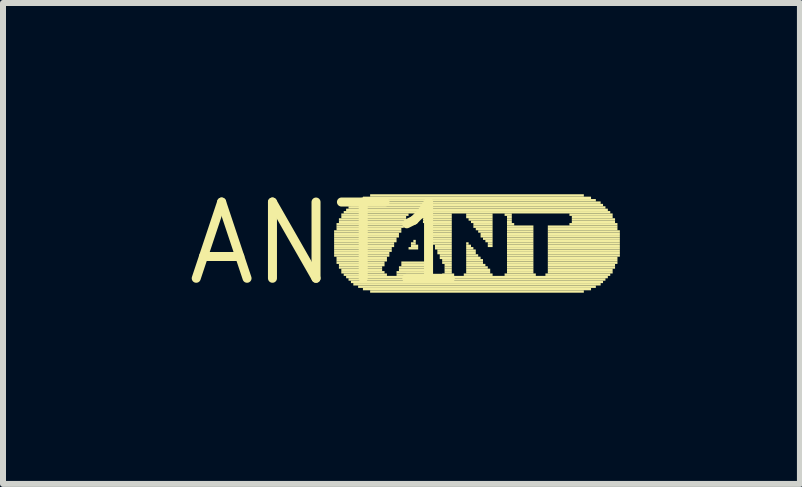
<source format=kicad_pcb>
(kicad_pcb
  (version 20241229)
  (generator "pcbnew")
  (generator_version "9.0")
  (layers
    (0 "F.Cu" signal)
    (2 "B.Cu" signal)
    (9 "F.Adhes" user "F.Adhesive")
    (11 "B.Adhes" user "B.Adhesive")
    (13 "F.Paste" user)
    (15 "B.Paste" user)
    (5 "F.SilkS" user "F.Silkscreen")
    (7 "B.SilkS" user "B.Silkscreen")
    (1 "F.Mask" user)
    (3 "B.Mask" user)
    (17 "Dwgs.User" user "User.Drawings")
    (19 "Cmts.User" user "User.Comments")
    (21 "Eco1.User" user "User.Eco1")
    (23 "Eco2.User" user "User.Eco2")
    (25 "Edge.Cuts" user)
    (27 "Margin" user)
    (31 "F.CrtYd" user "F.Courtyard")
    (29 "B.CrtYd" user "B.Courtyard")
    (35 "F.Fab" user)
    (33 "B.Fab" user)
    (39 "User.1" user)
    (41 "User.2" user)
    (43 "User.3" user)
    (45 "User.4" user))
  (footprint "ANT1"
    (layer "F.Cu")
    (at 2.396 1.006)
    (property "Reference" "ANT1" (at 0 0 0) (layer "F.SilkS") (effects (font (size 1.27 1.27) (thickness 0.15))))
    (fp_poly (pts (xy 0.12 -0.18) (xy 1.24 -0.18) (xy 1.24 -0.22) (xy 0.12 -0.22)) (stroke (width 0) (type solid)) (fill yes) (layer "F.SilkS"))
    (fp_poly (pts (xy 0.12 -0.14) (xy 1.2 -0.14) (xy 1.2 -0.18) (xy 0.12 -0.18)) (stroke (width 0) (type solid)) (fill yes) (layer "F.SilkS"))
    (fp_poly (pts (xy 0.12 -0.1) (xy 1.2 -0.1) (xy 1.2 -0.14) (xy 0.12 -0.14)) (stroke (width 0) (type solid)) (fill yes) (layer "F.SilkS"))
    (fp_poly (pts (xy 0.12 -0.06) (xy 1.16 -0.06) (xy 1.16 -0.1) (xy 0.12 -0.1)) (stroke (width 0) (type solid)) (fill yes) (layer "F.SilkS"))
    (fp_poly (pts (xy 0.12 -0.02) (xy 1.16 -0.02) (xy 1.16 -0.06) (xy 0.12 -0.06)) (stroke (width 0) (type solid)) (fill yes) (layer "F.SilkS"))
    (fp_poly (pts (xy 0.12 0.02) (xy 1.12 0.02) (xy 1.12 -0.02) (xy 0.12 -0.02)) (stroke (width 0) (type solid)) (fill yes) (layer "F.SilkS"))
    (fp_poly (pts (xy 0.12 0.06) (xy 1.12 0.06) (xy 1.12 0.02) (xy 0.12 0.02)) (stroke (width 0) (type solid)) (fill yes) (layer "F.SilkS"))
    (fp_poly (pts (xy 0.12 0.1) (xy 1.08 0.1) (xy 1.08 0.06) (xy 0.12 0.06)) (stroke (width 0) (type solid)) (fill yes) (layer "F.SilkS"))
    (fp_poly (pts (xy 0.12 0.14) (xy 1.08 0.14) (xy 1.08 0.1) (xy 0.12 0.1)) (stroke (width 0) (type solid)) (fill yes) (layer "F.SilkS"))
    (fp_poly (pts (xy 0.12 0.18) (xy 1.04 0.18) (xy 1.04 0.14) (xy 0.12 0.14)) (stroke (width 0) (type solid)) (fill yes) (layer "F.SilkS"))
    (fp_poly (pts (xy 0.12 0.22) (xy 1.04 0.22) (xy 1.04 0.18) (xy 0.12 0.18)) (stroke (width 0) (type solid)) (fill yes) (layer "F.SilkS"))
    (fp_poly (pts (xy 0.16 -0.3) (xy 1.28 -0.3) (xy 1.28 -0.34) (xy 0.16 -0.34)) (stroke (width 0) (type solid)) (fill yes) (layer "F.SilkS"))
    (fp_poly (pts (xy 0.16 -0.26) (xy 1.28 -0.26) (xy 1.28 -0.3) (xy 0.16 -0.3)) (stroke (width 0) (type solid)) (fill yes) (layer "F.SilkS"))
    (fp_poly (pts (xy 0.16 -0.22) (xy 1.24 -0.22) (xy 1.24 -0.26) (xy 0.16 -0.26)) (stroke (width 0) (type solid)) (fill yes) (layer "F.SilkS"))
    (fp_poly (pts (xy 0.16 0.26) (xy 1 0.26) (xy 1 0.22) (xy 0.16 0.22)) (stroke (width 0) (type solid)) (fill yes) (layer "F.SilkS"))
    (fp_poly (pts (xy 0.16 0.3) (xy 1 0.3) (xy 1 0.26) (xy 0.16 0.26)) (stroke (width 0) (type solid)) (fill yes) (layer "F.SilkS"))
    (fp_poly (pts (xy 0.16 0.34) (xy 0.96 0.34) (xy 0.96 0.3) (xy 0.16 0.3)) (stroke (width 0) (type solid)) (fill yes) (layer "F.SilkS"))
    (fp_poly (pts (xy 0.2 -0.38) (xy 1.32 -0.38) (xy 1.32 -0.42) (xy 0.2 -0.42)) (stroke (width 0) (type solid)) (fill yes) (layer "F.SilkS"))
    (fp_poly (pts (xy 0.2 -0.34) (xy 1.28 -0.34) (xy 1.28 -0.38) (xy 0.2 -0.38)) (stroke (width 0) (type solid)) (fill yes) (layer "F.SilkS"))
    (fp_poly (pts (xy 0.2 0.38) (xy 0.96 0.38) (xy 0.96 0.34) (xy 0.2 0.34)) (stroke (width 0) (type solid)) (fill yes) (layer "F.SilkS"))
    (fp_poly (pts (xy 0.2 0.42) (xy 0.92 0.42) (xy 0.92 0.38) (xy 0.2 0.38)) (stroke (width 0) (type solid)) (fill yes) (layer "F.SilkS"))
    (fp_poly (pts (xy 0.24 -0.46) (xy 1.36 -0.46) (xy 1.36 -0.5) (xy 0.24 -0.5)) (stroke (width 0) (type solid)) (fill yes) (layer "F.SilkS"))
    (fp_poly (pts (xy 0.24 -0.42) (xy 1.32 -0.42) (xy 1.32 -0.46) (xy 0.24 -0.46)) (stroke (width 0) (type solid)) (fill yes) (layer "F.SilkS"))
    (fp_poly (pts (xy 0.24 0.46) (xy 0.92 0.46) (xy 0.92 0.42) (xy 0.24 0.42)) (stroke (width 0) (type solid)) (fill yes) (layer "F.SilkS"))
    (fp_poly (pts (xy 0.24 0.5) (xy 0.96 0.5) (xy 0.96 0.46) (xy 0.24 0.46)) (stroke (width 0) (type solid)) (fill yes) (layer "F.SilkS"))
    (fp_poly (pts (xy 0.28 -0.5) (xy 4.72 -0.5) (xy 4.72 -0.54) (xy 0.28 -0.54)) (stroke (width 0) (type solid)) (fill yes) (layer "F.SilkS"))
    (fp_poly (pts (xy 0.28 0.54) (xy 1 0.54) (xy 1 0.5) (xy 0.28 0.5)) (stroke (width 0) (type solid)) (fill yes) (layer "F.SilkS"))
    (fp_poly (pts (xy 0.32 -0.54) (xy 4.68 -0.54) (xy 4.68 -0.58) (xy 0.32 -0.58)) (stroke (width 0) (type solid)) (fill yes) (layer "F.SilkS"))
    (fp_poly (pts (xy 0.32 0.58) (xy 4.68 0.58) (xy 4.68 0.54) (xy 0.32 0.54)) (stroke (width 0) (type solid)) (fill yes) (layer "F.SilkS"))
    (fp_poly (pts (xy 0.36 -0.58) (xy 4.64 -0.58) (xy 4.64 -0.62) (xy 0.36 -0.62)) (stroke (width 0) (type solid)) (fill yes) (layer "F.SilkS"))
    (fp_poly (pts (xy 0.36 0.62) (xy 4.64 0.62) (xy 4.64 0.58) (xy 0.36 0.58)) (stroke (width 0) (type solid)) (fill yes) (layer "F.SilkS"))
    (fp_poly (pts (xy 0.4 -0.62) (xy 4.6 -0.62) (xy 4.6 -0.66) (xy 0.4 -0.66)) (stroke (width 0) (type solid)) (fill yes) (layer "F.SilkS"))
    (fp_poly (pts (xy 0.4 0.66) (xy 4.6 0.66) (xy 4.6 0.62) (xy 0.4 0.62)) (stroke (width 0) (type solid)) (fill yes) (layer "F.SilkS"))
    (fp_poly (pts (xy 0.44 -0.66) (xy 4.56 -0.66) (xy 4.56 -0.7) (xy 0.44 -0.7)) (stroke (width 0) (type solid)) (fill yes) (layer "F.SilkS"))
    (fp_poly (pts (xy 0.44 0.7) (xy 4.56 0.7) (xy 4.56 0.66) (xy 0.44 0.66)) (stroke (width 0) (type solid)) (fill yes) (layer "F.SilkS"))
    (fp_poly (pts (xy 0.52 -0.7) (xy 4.48 -0.7) (xy 4.48 -0.74) (xy 0.52 -0.74)) (stroke (width 0) (type solid)) (fill yes) (layer "F.SilkS"))
    (fp_poly (pts (xy 0.52 0.74) (xy 4.48 0.74) (xy 4.48 0.7) (xy 0.52 0.7)) (stroke (width 0) (type solid)) (fill yes) (layer "F.SilkS"))
    (fp_poly (pts (xy 0.6 -0.74) (xy 4.4 -0.74) (xy 4.4 -0.78) (xy 0.6 -0.78)) (stroke (width 0) (type solid)) (fill yes) (layer "F.SilkS"))
    (fp_poly (pts (xy 0.6 0.78) (xy 4.4 0.78) (xy 4.4 0.74) (xy 0.6 0.74)) (stroke (width 0) (type solid)) (fill yes) (layer "F.SilkS"))
    (fp_poly (pts (xy 0.72 -0.78) (xy 4.28 -0.78) (xy 4.28 -0.82) (xy 0.72 -0.82)) (stroke (width 0) (type solid)) (fill yes) (layer "F.SilkS"))
    (fp_poly (pts (xy 0.72 0.82) (xy 4.28 0.82) (xy 4.28 0.78) (xy 0.72 0.78)) (stroke (width 0) (type solid)) (fill yes) (layer "F.SilkS"))
    (fp_poly (pts (xy 1.16 0.5) (xy 1.72 0.5) (xy 1.72 0.46) (xy 1.16 0.46)) (stroke (width 0) (type solid)) (fill yes) (layer "F.SilkS"))
    (fp_poly (pts (xy 1.16 0.54) (xy 1.76 0.54) (xy 1.76 0.5) (xy 1.16 0.5)) (stroke (width 0) (type solid)) (fill yes) (layer "F.SilkS"))
    (fp_poly (pts (xy 1.2 0.42) (xy 1.68 0.42) (xy 1.68 0.38) (xy 1.2 0.38)) (stroke (width 0) (type solid)) (fill yes) (layer "F.SilkS"))
    (fp_poly (pts (xy 1.2 0.46) (xy 1.72 0.46) (xy 1.72 0.42) (xy 1.2 0.42)) (stroke (width 0) (type solid)) (fill yes) (layer "F.SilkS"))
    (fp_poly (pts (xy 1.24 0.34) (xy 1.64 0.34) (xy 1.64 0.3) (xy 1.24 0.3)) (stroke (width 0) (type solid)) (fill yes) (layer "F.SilkS"))
    (fp_poly (pts (xy 1.24 0.38) (xy 1.68 0.38) (xy 1.68 0.34) (xy 1.24 0.34)) (stroke (width 0) (type solid)) (fill yes) (layer "F.SilkS"))
    (fp_poly (pts (xy 1.36 0.1) (xy 1.52 0.1) (xy 1.52 0.06) (xy 1.36 0.06)) (stroke (width 0) (type solid)) (fill yes) (layer "F.SilkS"))
    (fp_poly (pts (xy 1.4 0.02) (xy 1.48 0.02) (xy 1.48 -0.02) (xy 1.4 -0.02)) (stroke (width 0) (type solid)) (fill yes) (layer "F.SilkS"))
    (fp_poly (pts (xy 1.4 0.06) (xy 1.52 0.06) (xy 1.52 0.02) (xy 1.4 0.02)) (stroke (width 0) (type solid)) (fill yes) (layer "F.SilkS"))
    (fp_poly (pts (xy 1.44 -0.02) (xy 1.48 -0.02) (xy 1.48 -0.06) (xy 1.44 -0.06)) (stroke (width 0) (type solid)) (fill yes) (layer "F.SilkS"))
    (fp_poly (pts (xy 1.52 -0.46) (xy 2.08 -0.46) (xy 2.08 -0.5) (xy 1.52 -0.5)) (stroke (width 0) (type solid)) (fill yes) (layer "F.SilkS"))
    (fp_poly (pts (xy 1.56 -0.42) (xy 2.08 -0.42) (xy 2.08 -0.46) (xy 1.56 -0.46)) (stroke (width 0) (type solid)) (fill yes) (layer "F.SilkS"))
    (fp_poly (pts (xy 1.6 -0.38) (xy 2.08 -0.38) (xy 2.08 -0.42) (xy 1.6 -0.42)) (stroke (width 0) (type solid)) (fill yes) (layer "F.SilkS"))
    (fp_poly (pts (xy 1.6 -0.34) (xy 2.08 -0.34) (xy 2.08 -0.38) (xy 1.6 -0.38)) (stroke (width 0) (type solid)) (fill yes) (layer "F.SilkS"))
    (fp_poly (pts (xy 1.64 -0.3) (xy 2.08 -0.3) (xy 2.08 -0.34) (xy 1.64 -0.34)) (stroke (width 0) (type solid)) (fill yes) (layer "F.SilkS"))
    (fp_poly (pts (xy 1.64 -0.26) (xy 2.08 -0.26) (xy 2.08 -0.3) (xy 1.64 -0.3)) (stroke (width 0) (type solid)) (fill yes) (layer "F.SilkS"))
    (fp_poly (pts (xy 1.68 -0.22) (xy 2.08 -0.22) (xy 2.08 -0.26) (xy 1.68 -0.26)) (stroke (width 0) (type solid)) (fill yes) (layer "F.SilkS"))
    (fp_poly (pts (xy 1.68 -0.18) (xy 2.08 -0.18) (xy 2.08 -0.22) (xy 1.68 -0.22)) (stroke (width 0) (type solid)) (fill yes) (layer "F.SilkS"))
    (fp_poly (pts (xy 1.68 -0.14) (xy 2.08 -0.14) (xy 2.08 -0.18) (xy 1.68 -0.18)) (stroke (width 0) (type solid)) (fill yes) (layer "F.SilkS"))
    (fp_poly (pts (xy 1.72 -0.1) (xy 2.08 -0.1) (xy 2.08 -0.14) (xy 1.72 -0.14)) (stroke (width 0) (type solid)) (fill yes) (layer "F.SilkS"))
    (fp_poly (pts (xy 1.72 -0.06) (xy 2.08 -0.06) (xy 2.08 -0.1) (xy 1.72 -0.1)) (stroke (width 0) (type solid)) (fill yes) (layer "F.SilkS"))
    (fp_poly (pts (xy 1.76 -0.02) (xy 2.08 -0.02) (xy 2.08 -0.06) (xy 1.76 -0.06)) (stroke (width 0) (type solid)) (fill yes) (layer "F.SilkS"))
    (fp_poly (pts (xy 1.76 0.02) (xy 2.08 0.02) (xy 2.08 -0.02) (xy 1.76 -0.02)) (stroke (width 0) (type solid)) (fill yes) (layer "F.SilkS"))
    (fp_poly (pts (xy 1.8 0.06) (xy 2.08 0.06) (xy 2.08 0.02) (xy 1.8 0.02)) (stroke (width 0) (type solid)) (fill yes) (layer "F.SilkS"))
    (fp_poly (pts (xy 1.8 0.1) (xy 2.08 0.1) (xy 2.08 0.06) (xy 1.8 0.06)) (stroke (width 0) (type solid)) (fill yes) (layer "F.SilkS"))
    (fp_poly (pts (xy 1.84 0.14) (xy 2.08 0.14) (xy 2.08 0.1) (xy 1.84 0.1)) (stroke (width 0) (type solid)) (fill yes) (layer "F.SilkS"))
    (fp_poly (pts (xy 1.84 0.18) (xy 2.08 0.18) (xy 2.08 0.14) (xy 1.84 0.14)) (stroke (width 0) (type solid)) (fill yes) (layer "F.SilkS"))
    (fp_poly (pts (xy 1.88 0.22) (xy 2.08 0.22) (xy 2.08 0.18) (xy 1.88 0.18)) (stroke (width 0) (type solid)) (fill yes) (layer "F.SilkS"))
    (fp_poly (pts (xy 1.88 0.26) (xy 2.08 0.26) (xy 2.08 0.22) (xy 1.88 0.22)) (stroke (width 0) (type solid)) (fill yes) (layer "F.SilkS"))
    (fp_poly (pts (xy 1.92 0.3) (xy 2.08 0.3) (xy 2.08 0.26) (xy 1.92 0.26)) (stroke (width 0) (type solid)) (fill yes) (layer "F.SilkS"))
    (fp_poly (pts (xy 1.92 0.34) (xy 2.08 0.34) (xy 2.08 0.3) (xy 1.92 0.3)) (stroke (width 0) (type solid)) (fill yes) (layer "F.SilkS"))
    (fp_poly (pts (xy 1.92 0.54) (xy 2.12 0.54) (xy 2.12 0.5) (xy 1.92 0.5)) (stroke (width 0) (type solid)) (fill yes) (layer "F.SilkS"))
    (fp_poly (pts (xy 1.96 0.38) (xy 2.08 0.38) (xy 2.08 0.34) (xy 1.96 0.34)) (stroke (width 0) (type solid)) (fill yes) (layer "F.SilkS"))
    (fp_poly (pts (xy 1.96 0.42) (xy 2.08 0.42) (xy 2.08 0.38) (xy 1.96 0.38)) (stroke (width 0) (type solid)) (fill yes) (layer "F.SilkS"))
    (fp_poly (pts (xy 1.96 0.46) (xy 2.08 0.46) (xy 2.08 0.42) (xy 1.96 0.42)) (stroke (width 0) (type solid)) (fill yes) (layer "F.SilkS"))
    (fp_poly (pts (xy 1.96 0.5) (xy 2.08 0.5) (xy 2.08 0.46) (xy 1.96 0.46)) (stroke (width 0) (type solid)) (fill yes) (layer "F.SilkS"))
    (fp_poly (pts (xy 2.28 0.54) (xy 2.76 0.54) (xy 2.76 0.5) (xy 2.28 0.5)) (stroke (width 0) (type solid)) (fill yes) (layer "F.SilkS"))
    (fp_poly (pts (xy 2.32 -0.46) (xy 2.76 -0.46) (xy 2.76 -0.5) (xy 2.32 -0.5)) (stroke (width 0) (type solid)) (fill yes) (layer "F.SilkS"))
    (fp_poly (pts (xy 2.32 -0.42) (xy 2.76 -0.42) (xy 2.76 -0.46) (xy 2.32 -0.46)) (stroke (width 0) (type solid)) (fill yes) (layer "F.SilkS"))
    (fp_poly (pts (xy 2.32 0.02) (xy 2.36 0.02) (xy 2.36 -0.02) (xy 2.32 -0.02)) (stroke (width 0) (type solid)) (fill yes) (layer "F.SilkS"))
    (fp_poly (pts (xy 2.32 0.06) (xy 2.4 0.06) (xy 2.4 0.02) (xy 2.32 0.02)) (stroke (width 0) (type solid)) (fill yes) (layer "F.SilkS"))
    (fp_poly (pts (xy 2.32 0.1) (xy 2.44 0.1) (xy 2.44 0.06) (xy 2.32 0.06)) (stroke (width 0) (type solid)) (fill yes) (layer "F.SilkS"))
    (fp_poly (pts (xy 2.32 0.14) (xy 2.48 0.14) (xy 2.48 0.1) (xy 2.32 0.1)) (stroke (width 0) (type solid)) (fill yes) (layer "F.SilkS"))
    (fp_poly (pts (xy 2.32 0.18) (xy 2.48 0.18) (xy 2.48 0.14) (xy 2.32 0.14)) (stroke (width 0) (type solid)) (fill yes) (layer "F.SilkS"))
    (fp_poly (pts (xy 2.32 0.22) (xy 2.52 0.22) (xy 2.52 0.18) (xy 2.32 0.18)) (stroke (width 0) (type solid)) (fill yes) (layer "F.SilkS"))
    (fp_poly (pts (xy 2.32 0.26) (xy 2.56 0.26) (xy 2.56 0.22) (xy 2.32 0.22)) (stroke (width 0) (type solid)) (fill yes) (layer "F.SilkS"))
    (fp_poly (pts (xy 2.32 0.3) (xy 2.6 0.3) (xy 2.6 0.26) (xy 2.32 0.26)) (stroke (width 0) (type solid)) (fill yes) (layer "F.SilkS"))
    (fp_poly (pts (xy 2.32 0.34) (xy 2.6 0.34) (xy 2.6 0.3) (xy 2.32 0.3)) (stroke (width 0) (type solid)) (fill yes) (layer "F.SilkS"))
    (fp_poly (pts (xy 2.32 0.38) (xy 2.64 0.38) (xy 2.64 0.34) (xy 2.32 0.34)) (stroke (width 0) (type solid)) (fill yes) (layer "F.SilkS"))
    (fp_poly (pts (xy 2.32 0.42) (xy 2.68 0.42) (xy 2.68 0.38) (xy 2.32 0.38)) (stroke (width 0) (type solid)) (fill yes) (layer "F.SilkS"))
    (fp_poly (pts (xy 2.32 0.46) (xy 2.72 0.46) (xy 2.72 0.42) (xy 2.32 0.42)) (stroke (width 0) (type solid)) (fill yes) (layer "F.SilkS"))
    (fp_poly (pts (xy 2.32 0.5) (xy 2.72 0.5) (xy 2.72 0.46) (xy 2.32 0.46)) (stroke (width 0) (type solid)) (fill yes) (layer "F.SilkS"))
    (fp_poly (pts (xy 2.36 -0.38) (xy 2.76 -0.38) (xy 2.76 -0.42) (xy 2.36 -0.42)) (stroke (width 0) (type solid)) (fill yes) (layer "F.SilkS"))
    (fp_poly (pts (xy 2.4 -0.34) (xy 2.76 -0.34) (xy 2.76 -0.38) (xy 2.4 -0.38)) (stroke (width 0) (type solid)) (fill yes) (layer "F.SilkS"))
    (fp_poly (pts (xy 2.44 -0.3) (xy 2.76 -0.3) (xy 2.76 -0.34) (xy 2.44 -0.34)) (stroke (width 0) (type solid)) (fill yes) (layer "F.SilkS"))
    (fp_poly (pts (xy 2.44 -0.26) (xy 2.76 -0.26) (xy 2.76 -0.3) (xy 2.44 -0.3)) (stroke (width 0) (type solid)) (fill yes) (layer "F.SilkS"))
    (fp_poly (pts (xy 2.48 -0.22) (xy 2.76 -0.22) (xy 2.76 -0.26) (xy 2.48 -0.26)) (stroke (width 0) (type solid)) (fill yes) (layer "F.SilkS"))
    (fp_poly (pts (xy 2.52 -0.18) (xy 2.76 -0.18) (xy 2.76 -0.22) (xy 2.52 -0.22)) (stroke (width 0) (type solid)) (fill yes) (layer "F.SilkS"))
    (fp_poly (pts (xy 2.56 -0.14) (xy 2.76 -0.14) (xy 2.76 -0.18) (xy 2.56 -0.18)) (stroke (width 0) (type solid)) (fill yes) (layer "F.SilkS"))
    (fp_poly (pts (xy 2.56 -0.1) (xy 2.76 -0.1) (xy 2.76 -0.14) (xy 2.56 -0.14)) (stroke (width 0) (type solid)) (fill yes) (layer "F.SilkS"))
    (fp_poly (pts (xy 2.6 -0.06) (xy 2.76 -0.06) (xy 2.76 -0.1) (xy 2.6 -0.1)) (stroke (width 0) (type solid)) (fill yes) (layer "F.SilkS"))
    (fp_poly (pts (xy 2.64 -0.02) (xy 2.76 -0.02) (xy 2.76 -0.06) (xy 2.64 -0.06)) (stroke (width 0) (type solid)) (fill yes) (layer "F.SilkS"))
    (fp_poly (pts (xy 2.68 0.02) (xy 2.76 0.02) (xy 2.76 -0.02) (xy 2.68 -0.02)) (stroke (width 0) (type solid)) (fill yes) (layer "F.SilkS"))
    (fp_poly (pts (xy 2.68 0.06) (xy 2.76 0.06) (xy 2.76 0.02) (xy 2.68 0.02)) (stroke (width 0) (type solid)) (fill yes) (layer "F.SilkS"))
    (fp_poly (pts (xy 2.96 -0.46) (xy 3.08 -0.46) (xy 3.08 -0.5) (xy 2.96 -0.5)) (stroke (width 0) (type solid)) (fill yes) (layer "F.SilkS"))
    (fp_poly (pts (xy 2.96 0.54) (xy 3.48 0.54) (xy 3.48 0.5) (xy 2.96 0.5)) (stroke (width 0) (type solid)) (fill yes) (layer "F.SilkS"))
    (fp_poly (pts (xy 3 -0.42) (xy 3.08 -0.42) (xy 3.08 -0.46) (xy 3 -0.46)) (stroke (width 0) (type solid)) (fill yes) (layer "F.SilkS"))
    (fp_poly (pts (xy 3 -0.38) (xy 3.08 -0.38) (xy 3.08 -0.42) (xy 3 -0.42)) (stroke (width 0) (type solid)) (fill yes) (layer "F.SilkS"))
    (fp_poly (pts (xy 3 -0.34) (xy 3.08 -0.34) (xy 3.08 -0.38) (xy 3 -0.38)) (stroke (width 0) (type solid)) (fill yes) (layer "F.SilkS"))
    (fp_poly (pts (xy 3 -0.3) (xy 3.12 -0.3) (xy 3.12 -0.34) (xy 3 -0.34)) (stroke (width 0) (type solid)) (fill yes) (layer "F.SilkS"))
    (fp_poly (pts (xy 3 -0.26) (xy 3.44 -0.26) (xy 3.44 -0.3) (xy 3 -0.3)) (stroke (width 0) (type solid)) (fill yes) (layer "F.SilkS"))
    (fp_poly (pts (xy 3 -0.22) (xy 3.44 -0.22) (xy 3.44 -0.26) (xy 3 -0.26)) (stroke (width 0) (type solid)) (fill yes) (layer "F.SilkS"))
    (fp_poly (pts (xy 3 -0.18) (xy 3.44 -0.18) (xy 3.44 -0.22) (xy 3 -0.22)) (stroke (width 0) (type solid)) (fill yes) (layer "F.SilkS"))
    (fp_poly (pts (xy 3 -0.14) (xy 3.44 -0.14) (xy 3.44 -0.18) (xy 3 -0.18)) (stroke (width 0) (type solid)) (fill yes) (layer "F.SilkS"))
    (fp_poly (pts (xy 3 -0.1) (xy 3.44 -0.1) (xy 3.44 -0.14) (xy 3 -0.14)) (stroke (width 0) (type solid)) (fill yes) (layer "F.SilkS"))
    (fp_poly (pts (xy 3 -0.06) (xy 3.44 -0.06) (xy 3.44 -0.1) (xy 3 -0.1)) (stroke (width 0) (type solid)) (fill yes) (layer "F.SilkS"))
    (fp_poly (pts (xy 3 -0.02) (xy 3.44 -0.02) (xy 3.44 -0.06) (xy 3 -0.06)) (stroke (width 0) (type solid)) (fill yes) (layer "F.SilkS"))
    (fp_poly (pts (xy 3 0.02) (xy 3.44 0.02) (xy 3.44 -0.02) (xy 3 -0.02)) (stroke (width 0) (type solid)) (fill yes) (layer "F.SilkS"))
    (fp_poly (pts (xy 3 0.06) (xy 3.44 0.06) (xy 3.44 0.02) (xy 3 0.02)) (stroke (width 0) (type solid)) (fill yes) (layer "F.SilkS"))
    (fp_poly (pts (xy 3 0.1) (xy 3.44 0.1) (xy 3.44 0.06) (xy 3 0.06)) (stroke (width 0) (type solid)) (fill yes) (layer "F.SilkS"))
    (fp_poly (pts (xy 3 0.14) (xy 3.44 0.14) (xy 3.44 0.1) (xy 3 0.1)) (stroke (width 0) (type solid)) (fill yes) (layer "F.SilkS"))
    (fp_poly (pts (xy 3 0.18) (xy 3.44 0.18) (xy 3.44 0.14) (xy 3 0.14)) (stroke (width 0) (type solid)) (fill yes) (layer "F.SilkS"))
    (fp_poly (pts (xy 3 0.22) (xy 3.44 0.22) (xy 3.44 0.18) (xy 3 0.18)) (stroke (width 0) (type solid)) (fill yes) (layer "F.SilkS"))
    (fp_poly (pts (xy 3 0.26) (xy 3.44 0.26) (xy 3.44 0.22) (xy 3 0.22)) (stroke (width 0) (type solid)) (fill yes) (layer "F.SilkS"))
    (fp_poly (pts (xy 3 0.3) (xy 3.44 0.3) (xy 3.44 0.26) (xy 3 0.26)) (stroke (width 0) (type solid)) (fill yes) (layer "F.SilkS"))
    (fp_poly (pts (xy 3 0.34) (xy 3.44 0.34) (xy 3.44 0.3) (xy 3 0.3)) (stroke (width 0) (type solid)) (fill yes) (layer "F.SilkS"))
    (fp_poly (pts (xy 3 0.38) (xy 3.44 0.38) (xy 3.44 0.34) (xy 3 0.34)) (stroke (width 0) (type solid)) (fill yes) (layer "F.SilkS"))
    (fp_poly (pts (xy 3 0.42) (xy 3.44 0.42) (xy 3.44 0.38) (xy 3 0.38)) (stroke (width 0) (type solid)) (fill yes) (layer "F.SilkS"))
    (fp_poly (pts (xy 3 0.46) (xy 3.44 0.46) (xy 3.44 0.42) (xy 3 0.42)) (stroke (width 0) (type solid)) (fill yes) (layer "F.SilkS"))
    (fp_poly (pts (xy 3 0.5) (xy 3.44 0.5) (xy 3.44 0.46) (xy 3 0.46)) (stroke (width 0) (type solid)) (fill yes) (layer "F.SilkS"))
    (fp_poly (pts (xy 3.64 0.54) (xy 4.72 0.54) (xy 4.72 0.5) (xy 3.64 0.5)) (stroke (width 0) (type solid)) (fill yes) (layer "F.SilkS"))
    (fp_poly (pts (xy 3.68 -0.26) (xy 4.84 -0.26) (xy 4.84 -0.3) (xy 3.68 -0.3)) (stroke (width 0) (type solid)) (fill yes) (layer "F.SilkS"))
    (fp_poly (pts (xy 3.68 -0.22) (xy 4.84 -0.22) (xy 4.84 -0.26) (xy 3.68 -0.26)) (stroke (width 0) (type solid)) (fill yes) (layer "F.SilkS"))
    (fp_poly (pts (xy 3.68 -0.18) (xy 4.88 -0.18) (xy 4.88 -0.22) (xy 3.68 -0.22)) (stroke (width 0) (type solid)) (fill yes) (layer "F.SilkS"))
    (fp_poly (pts (xy 3.68 -0.14) (xy 4.88 -0.14) (xy 4.88 -0.18) (xy 3.68 -0.18)) (stroke (width 0) (type solid)) (fill yes) (layer "F.SilkS"))
    (fp_poly (pts (xy 3.68 -0.1) (xy 4.88 -0.1) (xy 4.88 -0.14) (xy 3.68 -0.14)) (stroke (width 0) (type solid)) (fill yes) (layer "F.SilkS"))
    (fp_poly (pts (xy 3.68 -0.06) (xy 4.88 -0.06) (xy 4.88 -0.1) (xy 3.68 -0.1)) (stroke (width 0) (type solid)) (fill yes) (layer "F.SilkS"))
    (fp_poly (pts (xy 3.68 -0.02) (xy 4.88 -0.02) (xy 4.88 -0.06) (xy 3.68 -0.06)) (stroke (width 0) (type solid)) (fill yes) (layer "F.SilkS"))
    (fp_poly (pts (xy 3.68 0.02) (xy 4.88 0.02) (xy 4.88 -0.02) (xy 3.68 -0.02)) (stroke (width 0) (type solid)) (fill yes) (layer "F.SilkS"))
    (fp_poly (pts (xy 3.68 0.06) (xy 4.88 0.06) (xy 4.88 0.02) (xy 3.68 0.02)) (stroke (width 0) (type solid)) (fill yes) (layer "F.SilkS"))
    (fp_poly (pts (xy 3.68 0.1) (xy 4.88 0.1) (xy 4.88 0.06) (xy 3.68 0.06)) (stroke (width 0) (type solid)) (fill yes) (layer "F.SilkS"))
    (fp_poly (pts (xy 3.68 0.14) (xy 4.88 0.14) (xy 4.88 0.1) (xy 3.68 0.1)) (stroke (width 0) (type solid)) (fill yes) (layer "F.SilkS"))
    (fp_poly (pts (xy 3.68 0.18) (xy 4.88 0.18) (xy 4.88 0.14) (xy 3.68 0.14)) (stroke (width 0) (type solid)) (fill yes) (layer "F.SilkS"))
    (fp_poly (pts (xy 3.68 0.22) (xy 4.88 0.22) (xy 4.88 0.18) (xy 3.68 0.18)) (stroke (width 0) (type solid)) (fill yes) (layer "F.SilkS"))
    (fp_poly (pts (xy 3.68 0.26) (xy 4.84 0.26) (xy 4.84 0.22) (xy 3.68 0.22)) (stroke (width 0) (type solid)) (fill yes) (layer "F.SilkS"))
    (fp_poly (pts (xy 3.68 0.3) (xy 4.84 0.3) (xy 4.84 0.26) (xy 3.68 0.26)) (stroke (width 0) (type solid)) (fill yes) (layer "F.SilkS"))
    (fp_poly (pts (xy 3.68 0.34) (xy 4.84 0.34) (xy 4.84 0.3) (xy 3.68 0.3)) (stroke (width 0) (type solid)) (fill yes) (layer "F.SilkS"))
    (fp_poly (pts (xy 3.68 0.38) (xy 4.8 0.38) (xy 4.8 0.34) (xy 3.68 0.34)) (stroke (width 0) (type solid)) (fill yes) (layer "F.SilkS"))
    (fp_poly (pts (xy 3.68 0.42) (xy 4.8 0.42) (xy 4.8 0.38) (xy 3.68 0.38)) (stroke (width 0) (type solid)) (fill yes) (layer "F.SilkS"))
    (fp_poly (pts (xy 3.68 0.46) (xy 4.76 0.46) (xy 4.76 0.42) (xy 3.68 0.42)) (stroke (width 0) (type solid)) (fill yes) (layer "F.SilkS"))
    (fp_poly (pts (xy 3.68 0.5) (xy 4.76 0.5) (xy 4.76 0.46) (xy 3.68 0.46)) (stroke (width 0) (type solid)) (fill yes) (layer "F.SilkS"))
    (fp_poly (pts (xy 4.04 -0.46) (xy 4.76 -0.46) (xy 4.76 -0.5) (xy 4.04 -0.5)) (stroke (width 0) (type solid)) (fill yes) (layer "F.SilkS"))
    (fp_poly (pts (xy 4.04 -0.3) (xy 4.84 -0.3) (xy 4.84 -0.34) (xy 4.04 -0.34)) (stroke (width 0) (type solid)) (fill yes) (layer "F.SilkS"))
    (fp_poly (pts (xy 4.08 -0.42) (xy 4.76 -0.42) (xy 4.76 -0.46) (xy 4.08 -0.46)) (stroke (width 0) (type solid)) (fill yes) (layer "F.SilkS"))
    (fp_poly (pts (xy 4.08 -0.38) (xy 4.8 -0.38) (xy 4.8 -0.42) (xy 4.08 -0.42)) (stroke (width 0) (type solid)) (fill yes) (layer "F.SilkS"))
    (fp_poly (pts (xy 4.08 -0.34) (xy 4.8 -0.34) (xy 4.8 -0.38) (xy 4.08 -0.38)) (stroke (width 0) (type solid)) (fill yes) (layer "F.SilkS")))
  (gr_rect
    (start -3 -3)
    (end 10.276 5.012)
    (stroke (width 0.1) (type default))
    (fill no)
    (layer "Edge.Cuts")))
</source>
